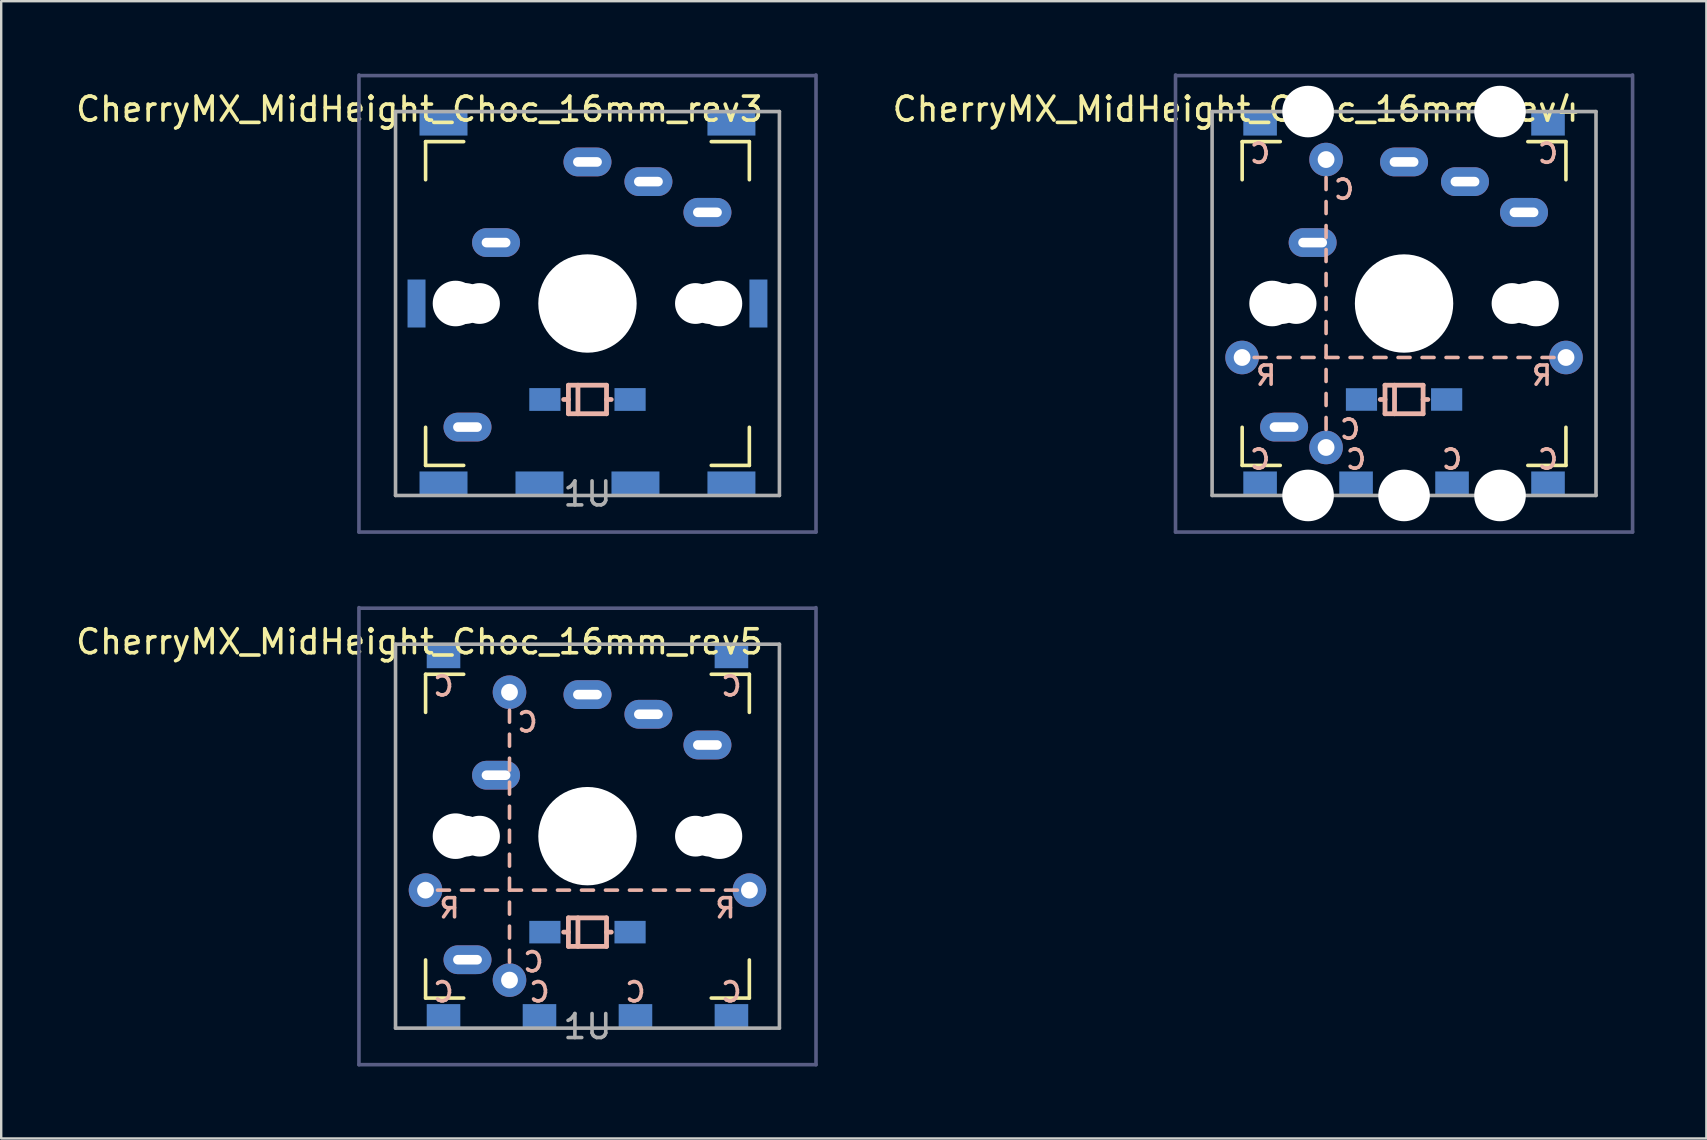
<source format=kicad_pcb>
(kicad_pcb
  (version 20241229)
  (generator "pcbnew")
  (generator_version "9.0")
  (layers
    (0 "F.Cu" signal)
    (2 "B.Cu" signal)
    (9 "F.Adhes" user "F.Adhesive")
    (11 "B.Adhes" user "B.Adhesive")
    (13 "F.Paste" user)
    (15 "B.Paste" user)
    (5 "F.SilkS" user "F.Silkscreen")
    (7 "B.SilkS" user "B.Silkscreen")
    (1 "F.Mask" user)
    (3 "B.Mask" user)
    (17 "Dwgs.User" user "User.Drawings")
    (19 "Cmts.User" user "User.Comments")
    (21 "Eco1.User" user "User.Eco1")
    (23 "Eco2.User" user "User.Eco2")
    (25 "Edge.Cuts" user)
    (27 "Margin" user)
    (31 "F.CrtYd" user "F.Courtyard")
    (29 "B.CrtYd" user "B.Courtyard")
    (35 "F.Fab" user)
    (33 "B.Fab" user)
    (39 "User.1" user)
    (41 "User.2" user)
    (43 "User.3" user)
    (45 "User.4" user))
  (footprint "CherryMX_MidHeight_Choc_16mm_rev3"
    (layer "F.Cu")
    (at 21.435 9.6)
    (property "Reference" "CherryMX_MidHeight_Choc_16mm_rev3" (at -7 -8.1 180) (layer "F.SilkS") (effects (font (size 1 1) (thickness 0.15))))
    (attr through_hole)
    (fp_line (start -6.747 -6.747) (end -5.159 -6.747) (stroke (width 0.15) (type solid)) (layer "F.SilkS"))
    (fp_line (start -6.747 -5.159) (end -6.747 -6.747) (stroke (width 0.15) (type solid)) (layer "F.SilkS"))
    (fp_line (start -6.747 6.747) (end -6.747 5.159) (stroke (width 0.15) (type solid)) (layer "F.SilkS"))
    (fp_line (start -5.159 6.747) (end -6.747 6.747) (stroke (width 0.15) (type solid)) (layer "F.SilkS"))
    (fp_line (start 5.159 -6.747) (end 6.747 -6.747) (stroke (width 0.15) (type solid)) (layer "F.SilkS"))
    (fp_line (start 6.747 -6.747) (end 6.747 -5.159) (stroke (width 0.15) (type solid)) (layer "F.SilkS"))
    (fp_line (start 6.747 5.159) (end 6.747 6.747) (stroke (width 0.15) (type solid)) (layer "F.SilkS"))
    (fp_line (start 6.747 6.747) (end 5.159 6.747) (stroke (width 0.15) (type solid)) (layer "F.SilkS"))
    (fp_line (start -0.992 4) (end -0.794 4) (stroke (width 0.2) (type solid)) (layer "B.SilkS"))
    (fp_line (start -0.794 3.405) (end -0.794 4.595) (stroke (width 0.2) (type solid)) (layer "B.SilkS"))
    (fp_line (start -0.794 4.595) (end 0.794 4.595) (stroke (width 0.2) (type solid)) (layer "B.SilkS"))
    (fp_line (start -0.397 4.595) (end -0.397 3.405) (stroke (width 0.2) (type solid)) (layer "B.SilkS"))
    (fp_line (start 0.794 3.405) (end -0.794 3.405) (stroke (width 0.2) (type solid)) (layer "B.SilkS"))
    (fp_line (start 0.794 4) (end 0.992 4) (stroke (width 0.2) (type solid)) (layer "B.SilkS"))
    (fp_line (start 0.794 4.595) (end 0.794 3.405) (stroke (width 0.2) (type solid)) (layer "B.SilkS"))
    (fp_line (start -9.525 9.525) (end -9.525 -9.525) (stroke (width 0.15) (type solid)) (layer "B.Fab"))
    (fp_line (start -9.5 -9.5) (end 9.5 -9.5) (stroke (width 0.15) (type solid)) (layer "B.Fab"))
    (fp_line (start 9.525 -9.525) (end 9.525 9.525) (stroke (width 0.15) (type solid)) (layer "B.Fab"))
    (fp_line (start 9.525 9.525) (end -9.525 9.525) (stroke (width 0.15) (type solid)) (layer "B.Fab"))
    (fp_line (start -8 -8) (end 8 -8) (stroke (width 0.15) (type solid)) (layer "F.Fab"))
    (fp_line (start -8 8) (end -8 -8) (stroke (width 0.15) (type solid)) (layer "F.Fab"))
    (fp_line (start 8 -8) (end 8 8) (stroke (width 0.15) (type solid)) (layer "F.Fab"))
    (fp_line (start 8 8) (end -8 8) (stroke (width 0.15) (type solid)) (layer "F.Fab"))
    (fp_text user "1U" (at 0 7.938 180) (layer "F.Fab") (effects (font (size 1 1) (thickness 0.15))))
    (pad "" np_thru_hole circle (at -5.5 0 180) (size 1.702 1.702) (drill 1.702) (layers "*.Cu" "*.Mask"))
    (pad "" np_thru_hole circle (at -5.5 0 270) (size 1.9 1.9) (drill 1.9) (layers "*.Cu" "*.Mask"))
    (pad "" np_thru_hole circle (at -5.08 0 180) (size 1.7 1.7) (drill 1.7) (layers "*.Cu" "*.Mask"))
    (pad "" thru_hole oval (at -5 5.15 180) (size 2 1.2) (drill oval 1.2 0.4) (layers "*.Cu" "B.Mask"))
    (pad "" np_thru_hole circle (at -4.5 0 180) (size 1.7 1.7) (drill 1.7) (layers "*.Cu" "*.Mask"))
    (pad "" np_thru_hole circle (at 0 0 180) (size 3.429 3.429) (drill 3.429) (layers "*.Cu" "*.Mask"))
    (pad "" np_thru_hole circle (at 0 0 270) (size 4.1 4.1) (drill 4.1) (layers "*.Cu" "*.Mask"))
    (pad "" np_thru_hole circle (at 4.5 0 180) (size 1.7 1.7) (drill 1.7) (layers "*.Cu" "*.Mask"))
    (pad "" np_thru_hole circle (at 5.08 0 180) (size 1.7 1.7) (drill 1.7) (layers "*.Cu" "*.Mask"))
    (pad "" np_thru_hole circle (at 5.5 0 180) (size 1.702 1.702) (drill 1.702) (layers "*.Cu" "*.Mask"))
    (pad "" np_thru_hole circle (at 5.5 0 270) (size 1.9 1.9) (drill 1.9) (layers "*.Cu" "*.Mask"))
    (pad "0" thru_hole oval (at 0 -5.9 180) (size 2 1.2) (drill oval 1.2 0.4) (layers "*.Cu" "B.Mask"))
    (pad "0" smd rect (at 1.775 4) (size 1.3 0.95) (layers "B.Cu" "B.Mask" "B.Paste"))
    (pad "0" thru_hole oval (at 2.54 -5.08) (size 2 1.2) (drill oval 1.2 0.4) (layers "*.Cu" "B.Mask"))
    (pad "1" smd rect (at -6 -7.5 180) (size 2 1) (layers "B.Cu" "B.Mask" "B.Paste"))
    (pad "1" smd rect (at -6 7.5 180) (size 2 1) (layers "B.Cu" "B.Mask" "B.Paste"))
    (pad "1" thru_hole oval (at -3.81 -2.54) (size 2 1.2) (drill oval 1.2 0.4) (layers "*.Cu" "B.Mask"))
    (pad "1" smd rect (at -2 7.5 180) (size 2 1) (layers "B.Cu" "B.Mask" "B.Paste"))
    (pad "1" smd rect (at 2 7.5 180) (size 2 1) (layers "B.Cu" "B.Mask" "B.Paste"))
    (pad "1" thru_hole oval (at 5 -3.8 180) (size 2 1.2) (drill oval 1.2 0.4) (layers "*.Cu" "B.Mask"))
    (pad "1" smd rect (at 6 -7.5 180) (size 2 1) (layers "B.Cu" "B.Mask" "B.Paste"))
    (pad "1" smd rect (at 6 7.5 180) (size 2 1) (layers "B.Cu" "B.Mask" "B.Paste"))
    (pad "2" smd rect (at -7.125 0 270) (size 2 0.75) (layers "B.Cu" "B.Mask" "B.Paste"))
    (pad "2" smd rect (at -1.775 4) (size 1.3 0.95) (layers "B.Cu" "B.Mask" "B.Paste"))
    (pad "2" smd rect (at 7.125 0 270) (size 2 0.75) (layers "B.Cu" "B.Mask" "B.Paste")))
  (footprint "CherryMX_MidHeight_Choc_16mm_rev4"
    (layer "F.Cu")
    (at 55.469 9.6)
    (property "Reference" "CherryMX_MidHeight_Choc_16mm_rev4" (at -7 -8.1 180) (layer "F.SilkS") (effects (font (size 1 1) (thickness 0.15))))
    (attr through_hole)
    (fp_line (start -6.747 -6.747) (end -5.159 -6.747) (stroke (width 0.15) (type solid)) (layer "F.SilkS"))
    (fp_line (start -6.747 -5.159) (end -6.747 -6.747) (stroke (width 0.15) (type solid)) (layer "F.SilkS"))
    (fp_line (start -6.747 6.747) (end -6.747 5.159) (stroke (width 0.15) (type solid)) (layer "F.SilkS"))
    (fp_line (start -5.159 6.747) (end -6.747 6.747) (stroke (width 0.15) (type solid)) (layer "F.SilkS"))
    (fp_line (start 5.159 -6.747) (end 6.747 -6.747) (stroke (width 0.15) (type solid)) (layer "F.SilkS"))
    (fp_line (start 6.747 -6.747) (end 6.747 -5.159) (stroke (width 0.15) (type solid)) (layer "F.SilkS"))
    (fp_line (start 6.747 5.159) (end 6.747 6.747) (stroke (width 0.15) (type solid)) (layer "F.SilkS"))
    (fp_line (start 6.747 6.747) (end 5.159 6.747) (stroke (width 0.15) (type solid)) (layer "F.SilkS"))
    (fp_line (start -6.25 2.25) (end -5.75 2.25) (stroke (width 0.15) (type solid)) (layer "B.SilkS"))
    (fp_line (start -5.25 2.25) (end -4.75 2.25) (stroke (width 0.15) (type solid)) (layer "B.SilkS"))
    (fp_line (start -4.25 2.25) (end -3.75 2.25) (stroke (width 0.15) (type solid)) (layer "B.SilkS"))
    (fp_line (start -3.25 -4.75) (end -3.25 -5.25) (stroke (width 0.15) (type solid)) (layer "B.SilkS"))
    (fp_line (start -3.25 -3.75) (end -3.25 -4.25) (stroke (width 0.15) (type solid)) (layer "B.SilkS"))
    (fp_line (start -3.25 -2.75) (end -3.25 -3.25) (stroke (width 0.15) (type solid)) (layer "B.SilkS"))
    (fp_line (start -3.25 -1.75) (end -3.25 -2.25) (stroke (width 0.15) (type solid)) (layer "B.SilkS"))
    (fp_line (start -3.25 -0.75) (end -3.25 -1.25) (stroke (width 0.15) (type solid)) (layer "B.SilkS"))
    (fp_line (start -3.25 0.25) (end -3.25 -0.25) (stroke (width 0.15) (type solid)) (layer "B.SilkS"))
    (fp_line (start -3.25 1.25) (end -3.25 0.75) (stroke (width 0.15) (type solid)) (layer "B.SilkS"))
    (fp_line (start -3.25 2.25) (end -3.25 1.75) (stroke (width 0.15) (type solid)) (layer "B.SilkS"))
    (fp_line (start -3.25 2.25) (end -2.75 2.25) (stroke (width 0.15) (type solid)) (layer "B.SilkS"))
    (fp_line (start -3.25 3.25) (end -3.25 2.75) (stroke (width 0.15) (type solid)) (layer "B.SilkS"))
    (fp_line (start -3.25 4.25) (end -3.25 3.75) (stroke (width 0.15) (type solid)) (layer "B.SilkS"))
    (fp_line (start -3.25 5.25) (end -3.25 4.75) (stroke (width 0.15) (type solid)) (layer "B.SilkS"))
    (fp_line (start -2.25 2.25) (end -1.75 2.25) (stroke (width 0.15) (type solid)) (layer "B.SilkS"))
    (fp_line (start -1.25 2.25) (end -0.75 2.25) (stroke (width 0.15) (type solid)) (layer "B.SilkS"))
    (fp_line (start -0.992 4) (end -0.794 4) (stroke (width 0.2) (type solid)) (layer "B.SilkS"))
    (fp_line (start -0.794 3.405) (end -0.794 4.595) (stroke (width 0.2) (type solid)) (layer "B.SilkS"))
    (fp_line (start -0.794 4.595) (end 0.794 4.595) (stroke (width 0.2) (type solid)) (layer "B.SilkS"))
    (fp_line (start -0.397 4.595) (end -0.397 3.405) (stroke (width 0.2) (type solid)) (layer "B.SilkS"))
    (fp_line (start -0.25 2.25) (end 0.25 2.25) (stroke (width 0.15) (type solid)) (layer "B.SilkS"))
    (fp_line (start 0.75 2.25) (end 1.25 2.25) (stroke (width 0.15) (type solid)) (layer "B.SilkS"))
    (fp_line (start 0.794 3.405) (end -0.794 3.405) (stroke (width 0.2) (type solid)) (layer "B.SilkS"))
    (fp_line (start 0.794 4) (end 0.992 4) (stroke (width 0.2) (type solid)) (layer "B.SilkS"))
    (fp_line (start 0.794 4.595) (end 0.794 3.405) (stroke (width 0.2) (type solid)) (layer "B.SilkS"))
    (fp_line (start 1.75 2.25) (end 2.25 2.25) (stroke (width 0.15) (type solid)) (layer "B.SilkS"))
    (fp_line (start 2.75 2.25) (end 3.25 2.25) (stroke (width 0.15) (type solid)) (layer "B.SilkS"))
    (fp_line (start 3.75 2.25) (end 4.25 2.25) (stroke (width 0.15) (type solid)) (layer "B.SilkS"))
    (fp_line (start 4.75 2.25) (end 5.25 2.25) (stroke (width 0.15) (type solid)) (layer "B.SilkS"))
    (fp_line (start 5.75 2.25) (end 6.25 2.25) (stroke (width 0.15) (type solid)) (layer "B.SilkS"))
    (fp_line (start -9.525 9.525) (end -9.525 -9.525) (stroke (width 0.15) (type solid)) (layer "B.Fab"))
    (fp_line (start -9.5 -9.5) (end 9.5 -9.5) (stroke (width 0.15) (type solid)) (layer "B.Fab"))
    (fp_line (start 9.525 -9.525) (end 9.525 9.525) (stroke (width 0.15) (type solid)) (layer "B.Fab"))
    (fp_line (start 9.525 9.525) (end -9.525 9.525) (stroke (width 0.15) (type solid)) (layer "B.Fab"))
    (fp_line (start -8 -8) (end 8 -8) (stroke (width 0.15) (type solid)) (layer "F.Fab"))
    (fp_line (start -8 8) (end -8 -8) (stroke (width 0.15) (type solid)) (layer "F.Fab"))
    (fp_line (start 8 -8) (end 8 8) (stroke (width 0.15) (type solid)) (layer "F.Fab"))
    (fp_line (start 8 8) (end -8 8) (stroke (width 0.15) (type solid)) (layer "F.Fab"))
    (fp_text user "C" (at -2.25 5.25 0) (layer "B.SilkS") (effects (font (size 0.8 0.8) (thickness 0.15)) (justify mirror)))
    (fp_text user "C" (at 6 -6.25 0) (layer "B.SilkS") (effects (font (size 0.8 0.8) (thickness 0.15)) (justify mirror)))
    (fp_text user "C" (at -2.5 -4.75 0) (layer "B.SilkS") (effects (font (size 0.8 0.8) (thickness 0.15)) (justify mirror)))
    (fp_text user "C" (at -2 6.5 0) (layer "B.SilkS") (effects (font (size 0.8 0.8) (thickness 0.15)) (justify mirror)))
    (fp_text user "R" (at 5.75 3 0) (layer "B.SilkS") (effects (font (size 0.8 0.8) (thickness 0.15)) (justify mirror)))
    (fp_text user "C" (at 6 6.5 0) (layer "B.SilkS") (effects (font (size 0.8 0.8) (thickness 0.15)) (justify mirror)))
    (fp_text user "C" (at -6 -6.25 0) (layer "B.SilkS") (effects (font (size 0.8 0.8) (thickness 0.15)) (justify mirror)))
    (fp_text user "C" (at 2 6.5 0) (layer "B.SilkS") (effects (font (size 0.8 0.8) (thickness 0.15)) (justify mirror)))
    (fp_text user "R" (at -5.75 3 0) (layer "B.SilkS") (effects (font (size 0.8 0.8) (thickness 0.15)) (justify mirror)))
    (fp_text user "C" (at -6 6.5 0) (layer "B.SilkS") (effects (font (size 0.8 0.8) (thickness 0.15)) (justify mirror)))
    (fp_text user "1U" (at 0 7.938 180) (layer "F.Fab") (effects (font (size 1 1) (thickness 0.15))))
    (pad "" np_thru_hole circle (at -5.5 0 180) (size 1.702 1.702) (drill 1.702) (layers "*.Cu" "*.Mask"))
    (pad "" np_thru_hole circle (at -5.5 0 270) (size 1.9 1.9) (drill 1.9) (layers "*.Cu" "*.Mask"))
    (pad "" np_thru_hole circle (at -5.08 0 180) (size 1.7 1.7) (drill 1.7) (layers "*.Cu" "*.Mask"))
    (pad "" thru_hole oval (at -5 5.15 180) (size 2 1.2) (drill oval 1.2 0.4) (layers "*.Cu" "B.Mask"))
    (pad "" np_thru_hole circle (at -4.5 0 180) (size 1.7 1.7) (drill 1.7) (layers "*.Cu" "*.Mask"))
    (pad "" np_thru_hole circle (at -4 -8) (size 2.15 2.15) (drill 2.15) (layers "*.Cu" "*.Mask"))
    (pad "" np_thru_hole circle (at -4 8) (size 2.15 2.15) (drill 2.15) (layers "*.Cu" "*.Mask"))
    (pad "" np_thru_hole circle (at 0 0 180) (size 3.429 3.429) (drill 3.429) (layers "*.Cu" "*.Mask"))
    (pad "" np_thru_hole circle (at 0 0 270) (size 4.1 4.1) (drill 4.1) (layers "*.Cu" "*.Mask"))
    (pad "" np_thru_hole circle (at 0 8) (size 2.15 2.15) (drill 2.15) (layers "*.Cu" "*.Mask"))
    (pad "" np_thru_hole circle (at 4 -8) (size 2.15 2.15) (drill 2.15) (layers "*.Cu" "*.Mask"))
    (pad "" np_thru_hole circle (at 4 8) (size 2.15 2.15) (drill 2.15) (layers "*.Cu" "*.Mask"))
    (pad "" np_thru_hole circle (at 4.5 0 180) (size 1.7 1.7) (drill 1.7) (layers "*.Cu" "*.Mask"))
    (pad "" np_thru_hole circle (at 5.08 0 180) (size 1.7 1.7) (drill 1.7) (layers "*.Cu" "*.Mask"))
    (pad "" np_thru_hole circle (at 5.5 0 180) (size 1.702 1.702) (drill 1.702) (layers "*.Cu" "*.Mask"))
    (pad "" np_thru_hole circle (at 5.5 0 270) (size 1.9 1.9) (drill 1.9) (layers "*.Cu" "*.Mask"))
    (pad "0" thru_hole oval (at 0 -5.9 180) (size 2 1.2) (drill oval 1.2 0.4) (layers "*.Cu" "B.Mask"))
    (pad "0" smd rect (at 1.775 4) (size 1.3 0.94) (layers "B.Cu" "B.Mask" "B.Paste"))
    (pad "0" thru_hole oval (at 2.54 -5.08) (size 2 1.2) (drill oval 1.2 0.4) (layers "*.Cu" "B.Mask"))
    (pad "1" smd rect (at -6 -7.5 180) (size 1.4 1) (layers "B.Cu" "B.Mask" "B.Paste"))
    (pad "1" smd rect (at -6 7.5 180) (size 1.4 1) (layers "B.Cu" "B.Mask" "B.Paste"))
    (pad "1" thru_hole oval (at -3.81 -2.54) (size 2 1.2) (drill oval 1.2 0.4) (layers "*.Cu" "B.Mask"))
    (pad "1" thru_hole circle (at -3.25 -6) (size 1.4 1.4) (drill 0.7) (layers "*.Cu" "*.Mask"))
    (pad "1" thru_hole circle (at -3.25 6) (size 1.4 1.4) (drill 0.7) (layers "*.Cu" "*.Mask"))
    (pad "1" smd rect (at -2 7.5 180) (size 1.4 1) (layers "B.Cu" "B.Mask" "B.Paste"))
    (pad "1" smd rect (at 2 7.5 180) (size 1.4 1) (layers "B.Cu" "B.Mask" "B.Paste"))
    (pad "1" thru_hole oval (at 5 -3.8 180) (size 2 1.2) (drill oval 1.2 0.4) (layers "*.Cu" "B.Mask"))
    (pad "1" smd rect (at 6 -7.5 180) (size 1.4 1) (layers "B.Cu" "B.Mask" "B.Paste"))
    (pad "1" smd rect (at 6 7.5 180) (size 1.4 1) (layers "B.Cu" "B.Mask" "B.Paste"))
    (pad "2" thru_hole circle (at -6.75 2.25) (size 1.4 1.4) (drill 0.7) (layers "*.Cu" "*.Mask"))
    (pad "2" smd rect (at -1.775 4) (size 1.3 0.94) (layers "B.Cu" "B.Mask" "B.Paste"))
    (pad "2" thru_hole circle (at 6.75 2.25) (size 1.4 1.4) (drill 0.7) (layers "*.Cu" "*.Mask")))
  (footprint "CherryMX_MidHeight_Choc_16mm_rev5"
    (layer "F.Cu")
    (at 21.435 31.8)
    (property "Reference" "CherryMX_MidHeight_Choc_16mm_rev5" (at -7 -8.1 180) (layer "F.SilkS") (effects (font (size 1 1) (thickness 0.15))))
    (attr through_hole)
    (fp_line (start -6.747 -6.747) (end -5.159 -6.747) (stroke (width 0.15) (type solid)) (layer "F.SilkS"))
    (fp_line (start -6.747 -5.159) (end -6.747 -6.747) (stroke (width 0.15) (type solid)) (layer "F.SilkS"))
    (fp_line (start -6.747 6.747) (end -6.747 5.159) (stroke (width 0.15) (type solid)) (layer "F.SilkS"))
    (fp_line (start -5.159 6.747) (end -6.747 6.747) (stroke (width 0.15) (type solid)) (layer "F.SilkS"))
    (fp_line (start 5.159 -6.747) (end 6.747 -6.747) (stroke (width 0.15) (type solid)) (layer "F.SilkS"))
    (fp_line (start 6.747 -6.747) (end 6.747 -5.159) (stroke (width 0.15) (type solid)) (layer "F.SilkS"))
    (fp_line (start 6.747 5.159) (end 6.747 6.747) (stroke (width 0.15) (type solid)) (layer "F.SilkS"))
    (fp_line (start 6.747 6.747) (end 5.159 6.747) (stroke (width 0.15) (type solid)) (layer "F.SilkS"))
    (fp_line (start -6.25 2.25) (end -5.75 2.25) (stroke (width 0.15) (type solid)) (layer "B.SilkS"))
    (fp_line (start -5.25 2.25) (end -4.75 2.25) (stroke (width 0.15) (type solid)) (layer "B.SilkS"))
    (fp_line (start -4.25 2.25) (end -3.75 2.25) (stroke (width 0.15) (type solid)) (layer "B.SilkS"))
    (fp_line (start -3.25 -4.75) (end -3.25 -5.25) (stroke (width 0.15) (type solid)) (layer "B.SilkS"))
    (fp_line (start -3.25 -3.75) (end -3.25 -4.25) (stroke (width 0.15) (type solid)) (layer "B.SilkS"))
    (fp_line (start -3.25 -2.75) (end -3.25 -3.25) (stroke (width 0.15) (type solid)) (layer "B.SilkS"))
    (fp_line (start -3.25 -1.75) (end -3.25 -2.25) (stroke (width 0.15) (type solid)) (layer "B.SilkS"))
    (fp_line (start -3.25 -0.75) (end -3.25 -1.25) (stroke (width 0.15) (type solid)) (layer "B.SilkS"))
    (fp_line (start -3.25 0.25) (end -3.25 -0.25) (stroke (width 0.15) (type solid)) (layer "B.SilkS"))
    (fp_line (start -3.25 1.25) (end -3.25 0.75) (stroke (width 0.15) (type solid)) (layer "B.SilkS"))
    (fp_line (start -3.25 2.25) (end -3.25 1.75) (stroke (width 0.15) (type solid)) (layer "B.SilkS"))
    (fp_line (start -3.25 2.25) (end -2.75 2.25) (stroke (width 0.15) (type solid)) (layer "B.SilkS"))
    (fp_line (start -3.25 3.25) (end -3.25 2.75) (stroke (width 0.15) (type solid)) (layer "B.SilkS"))
    (fp_line (start -3.25 4.25) (end -3.25 3.75) (stroke (width 0.15) (type solid)) (layer "B.SilkS"))
    (fp_line (start -3.25 5.25) (end -3.25 4.75) (stroke (width 0.15) (type solid)) (layer "B.SilkS"))
    (fp_line (start -2.25 2.25) (end -1.75 2.25) (stroke (width 0.15) (type solid)) (layer "B.SilkS"))
    (fp_line (start -1.25 2.25) (end -0.75 2.25) (stroke (width 0.15) (type solid)) (layer "B.SilkS"))
    (fp_line (start -0.992 4) (end -0.794 4) (stroke (width 0.2) (type solid)) (layer "B.SilkS"))
    (fp_line (start -0.794 3.405) (end -0.794 4.595) (stroke (width 0.2) (type solid)) (layer "B.SilkS"))
    (fp_line (start -0.794 4.595) (end 0.794 4.595) (stroke (width 0.2) (type solid)) (layer "B.SilkS"))
    (fp_line (start -0.397 4.595) (end -0.397 3.405) (stroke (width 0.2) (type solid)) (layer "B.SilkS"))
    (fp_line (start -0.25 2.25) (end 0.25 2.25) (stroke (width 0.15) (type solid)) (layer "B.SilkS"))
    (fp_line (start 0.75 2.25) (end 1.25 2.25) (stroke (width 0.15) (type solid)) (layer "B.SilkS"))
    (fp_line (start 0.794 3.405) (end -0.794 3.405) (stroke (width 0.2) (type solid)) (layer "B.SilkS"))
    (fp_line (start 0.794 4) (end 0.992 4) (stroke (width 0.2) (type solid)) (layer "B.SilkS"))
    (fp_line (start 0.794 4.595) (end 0.794 3.405) (stroke (width 0.2) (type solid)) (layer "B.SilkS"))
    (fp_line (start 1.75 2.25) (end 2.25 2.25) (stroke (width 0.15) (type solid)) (layer "B.SilkS"))
    (fp_line (start 2.75 2.25) (end 3.25 2.25) (stroke (width 0.15) (type solid)) (layer "B.SilkS"))
    (fp_line (start 3.75 2.25) (end 4.25 2.25) (stroke (width 0.15) (type solid)) (layer "B.SilkS"))
    (fp_line (start 4.75 2.25) (end 5.25 2.25) (stroke (width 0.15) (type solid)) (layer "B.SilkS"))
    (fp_line (start 5.75 2.25) (end 6.25 2.25) (stroke (width 0.15) (type solid)) (layer "B.SilkS"))
    (fp_line (start -9.525 9.525) (end -9.525 -9.525) (stroke (width 0.15) (type solid)) (layer "B.Fab"))
    (fp_line (start -9.5 -9.5) (end 9.5 -9.5) (stroke (width 0.15) (type solid)) (layer "B.Fab"))
    (fp_line (start 9.525 -9.525) (end 9.525 9.525) (stroke (width 0.15) (type solid)) (layer "B.Fab"))
    (fp_line (start 9.525 9.525) (end -9.525 9.525) (stroke (width 0.15) (type solid)) (layer "B.Fab"))
    (fp_line (start -8 -8) (end 8 -8) (stroke (width 0.15) (type solid)) (layer "F.Fab"))
    (fp_line (start -8 8) (end -8 -8) (stroke (width 0.15) (type solid)) (layer "F.Fab"))
    (fp_line (start 8 -8) (end 8 8) (stroke (width 0.15) (type solid)) (layer "F.Fab"))
    (fp_line (start 8 8) (end -8 8) (stroke (width 0.15) (type solid)) (layer "F.Fab"))
    (fp_text user "R" (at 5.75 3 0) (layer "B.SilkS") (effects (font (size 0.8 0.8) (thickness 0.15)) (justify mirror)))
    (fp_text user "C" (at 6 -6.25 0) (layer "B.SilkS") (effects (font (size 0.8 0.8) (thickness 0.15)) (justify mirror)))
    (fp_text user "C" (at -2.25 5.25 0) (layer "B.SilkS") (effects (font (size 0.8 0.8) (thickness 0.15)) (justify mirror)))
    (fp_text user "C" (at -2 6.5 0) (layer "B.SilkS") (effects (font (size 0.8 0.8) (thickness 0.15)) (justify mirror)))
    (fp_text user "C" (at -6 6.5 0) (layer "B.SilkS") (effects (font (size 0.8 0.8) (thickness 0.15)) (justify mirror)))
    (fp_text user "C" (at -6 -6.25 0) (layer "B.SilkS") (effects (font (size 0.8 0.8) (thickness 0.15)) (justify mirror)))
    (fp_text user "C" (at -2.5 -4.75 0) (layer "B.SilkS") (effects (font (size 0.8 0.8) (thickness 0.15)) (justify mirror)))
    (fp_text user "C" (at 2 6.5 0) (layer "B.SilkS") (effects (font (size 0.8 0.8) (thickness 0.15)) (justify mirror)))
    (fp_text user "C" (at 6 6.5 0) (layer "B.SilkS") (effects (font (size 0.8 0.8) (thickness 0.15)) (justify mirror)))
    (fp_text user "R" (at -5.75 3 0) (layer "B.SilkS") (effects (font (size 0.8 0.8) (thickness 0.15)) (justify mirror)))
    (fp_text user "1U" (at 0 7.938 180) (layer "F.Fab") (effects (font (size 1 1) (thickness 0.15))))
    (pad "" np_thru_hole circle (at -5.5 0 180) (size 1.702 1.702) (drill 1.702) (layers "*.Cu" "*.Mask"))
    (pad "" np_thru_hole circle (at -5.5 0 270) (size 1.9 1.9) (drill 1.9) (layers "*.Cu" "*.Mask"))
    (pad "" np_thru_hole circle (at -5.08 0 180) (size 1.7 1.7) (drill 1.7) (layers "*.Cu" "*.Mask"))
    (pad "" thru_hole oval (at -5 5.15 180) (size 2 1.2) (drill oval 1.2 0.4) (layers "*.Cu" "B.Mask"))
    (pad "" np_thru_hole circle (at -4.5 0 180) (size 1.7 1.7) (drill 1.7) (layers "*.Cu" "*.Mask"))
    (pad "" np_thru_hole circle (at 0 0 180) (size 3.429 3.429) (drill 3.429) (layers "*.Cu" "*.Mask"))
    (pad "" np_thru_hole circle (at 0 0 270) (size 4.1 4.1) (drill 4.1) (layers "*.Cu" "*.Mask"))
    (pad "" np_thru_hole circle (at 4.5 0 180) (size 1.7 1.7) (drill 1.7) (layers "*.Cu" "*.Mask"))
    (pad "" np_thru_hole circle (at 5.08 0 180) (size 1.7 1.7) (drill 1.7) (layers "*.Cu" "*.Mask"))
    (pad "" np_thru_hole circle (at 5.5 0 180) (size 1.702 1.702) (drill 1.702) (layers "*.Cu" "*.Mask"))
    (pad "" np_thru_hole circle (at 5.5 0 270) (size 1.9 1.9) (drill 1.9) (layers "*.Cu" "*.Mask"))
    (pad "0" thru_hole oval (at 0 -5.9 180) (size 2 1.2) (drill oval 1.2 0.4) (layers "*.Cu" "B.Mask"))
    (pad "0" smd rect (at 1.775 4) (size 1.3 0.94) (layers "B.Cu" "B.Mask" "B.Paste"))
    (pad "0" thru_hole oval (at 2.54 -5.08) (size 2 1.2) (drill oval 1.2 0.4) (layers "*.Cu" "B.Mask"))
    (pad "1" smd rect (at -6 -7.5 180) (size 1.4 1) (layers "B.Cu" "B.Mask" "B.Paste"))
    (pad "1" smd rect (at -6 7.5 180) (size 1.4 1) (layers "B.Cu" "B.Mask" "B.Paste"))
    (pad "1" thru_hole oval (at -3.81 -2.54) (size 2 1.2) (drill oval 1.2 0.4) (layers "*.Cu" "B.Mask"))
    (pad "1" thru_hole circle (at -3.25 -6) (size 1.4 1.4) (drill 0.7) (layers "*.Cu" "*.Mask"))
    (pad "1" thru_hole circle (at -3.25 6) (size 1.4 1.4) (drill 0.7) (layers "*.Cu" "*.Mask"))
    (pad "1" smd rect (at -2 7.5 180) (size 1.4 1) (layers "B.Cu" "B.Mask" "B.Paste"))
    (pad "1" smd rect (at 2 7.5 180) (size 1.4 1) (layers "B.Cu" "B.Mask" "B.Paste"))
    (pad "1" thru_hole oval (at 5 -3.8 180) (size 2 1.2) (drill oval 1.2 0.4) (layers "*.Cu" "B.Mask"))
    (pad "1" smd rect (at 6 -7.5 180) (size 1.4 1) (layers "B.Cu" "B.Mask" "B.Paste"))
    (pad "1" smd rect (at 6 7.5 180) (size 1.4 1) (layers "B.Cu" "B.Mask" "B.Paste"))
    (pad "2" thru_hole circle (at -6.75 2.25) (size 1.4 1.4) (drill 0.7) (layers "*.Cu" "*.Mask"))
    (pad "2" smd rect (at -1.775 4) (size 1.3 0.94) (layers "B.Cu" "B.Mask" "B.Paste"))
    (pad "2" thru_hole circle (at 6.75 2.25) (size 1.4 1.4) (drill 0.7) (layers "*.Cu" "*.Mask")))
  (gr_rect
    (start -3 -3)
    (end 68.069 44.4)
    (stroke (width 0.1) (type default))
    (fill no)
    (layer "Edge.Cuts")))
</source>
